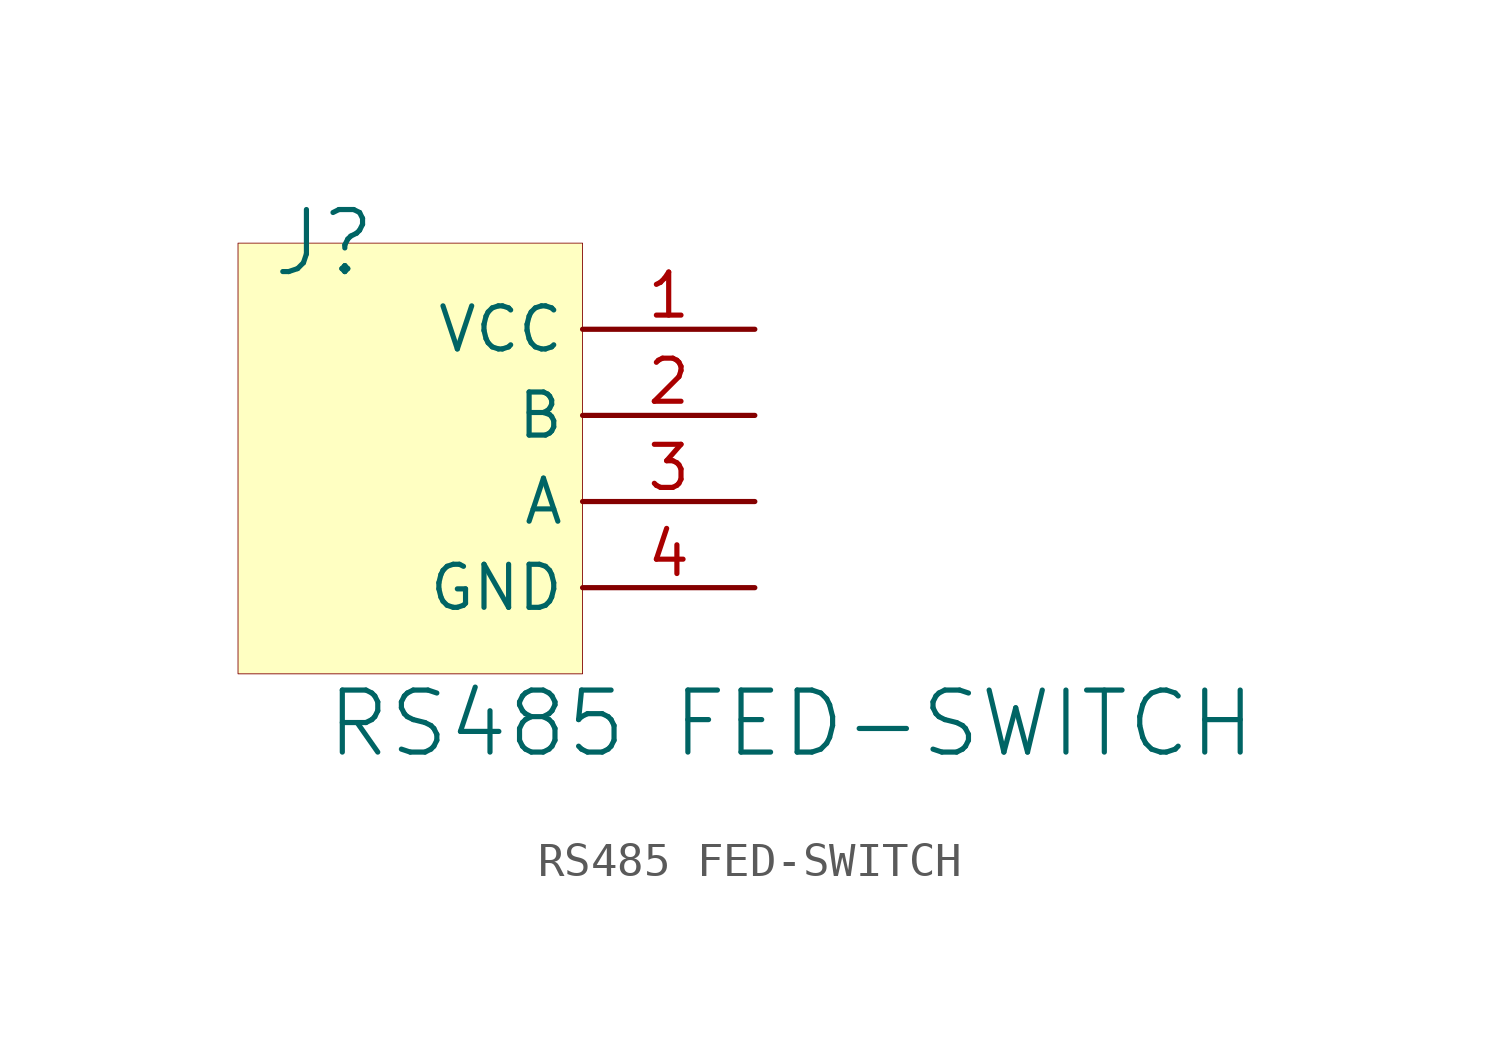
<source format=kicad_sym>
(kicad_symbol_lib
  (version 20241209)
  (generator "kicad_symbol_editor")
  (generator_version "9.0")
  (symbol "RS485 FED-SWITCH"
    (property "Reference" "J"
      (at 0 0 0)
      (effects (font (size 1.829 1.829))))
    (property "Value" "RS485 FED-SWITCH"
      (at 0 -15.24 0)
      (effects (font (size 1.829 1.829)) (justify left bottom)))
    (symbol "RS485 FED-SWITCH_1_0"
      (rectangle (start 7.62 0) (end -2.54 -12.7) (stroke (width 0.025) (type solid) (color 128 0 0 1)) (fill (type background)))
      (pin passive line (at 12.7 -2.54 180) (length 5.08) (name "VCC" (effects (font (size 1.27 1.27)))) (number "1" (effects (font (size 1.27 1.27)))))
      (pin passive line (at 12.7 -5.08 180) (length 5.08) (name "B" (effects (font (size 1.27 1.27)))) (number "2" (effects (font (size 1.27 1.27)))))
      (pin passive line (at 12.7 -7.62 180) (length 5.08) (name "A" (effects (font (size 1.27 1.27)))) (number "3" (effects (font (size 1.27 1.27)))))
      (pin passive line (at 12.7 -10.16 180) (length 5.08) (name "GND" (effects (font (size 1.27 1.27)))) (number "4" (effects (font (size 1.27 1.27))))))))
</source>
